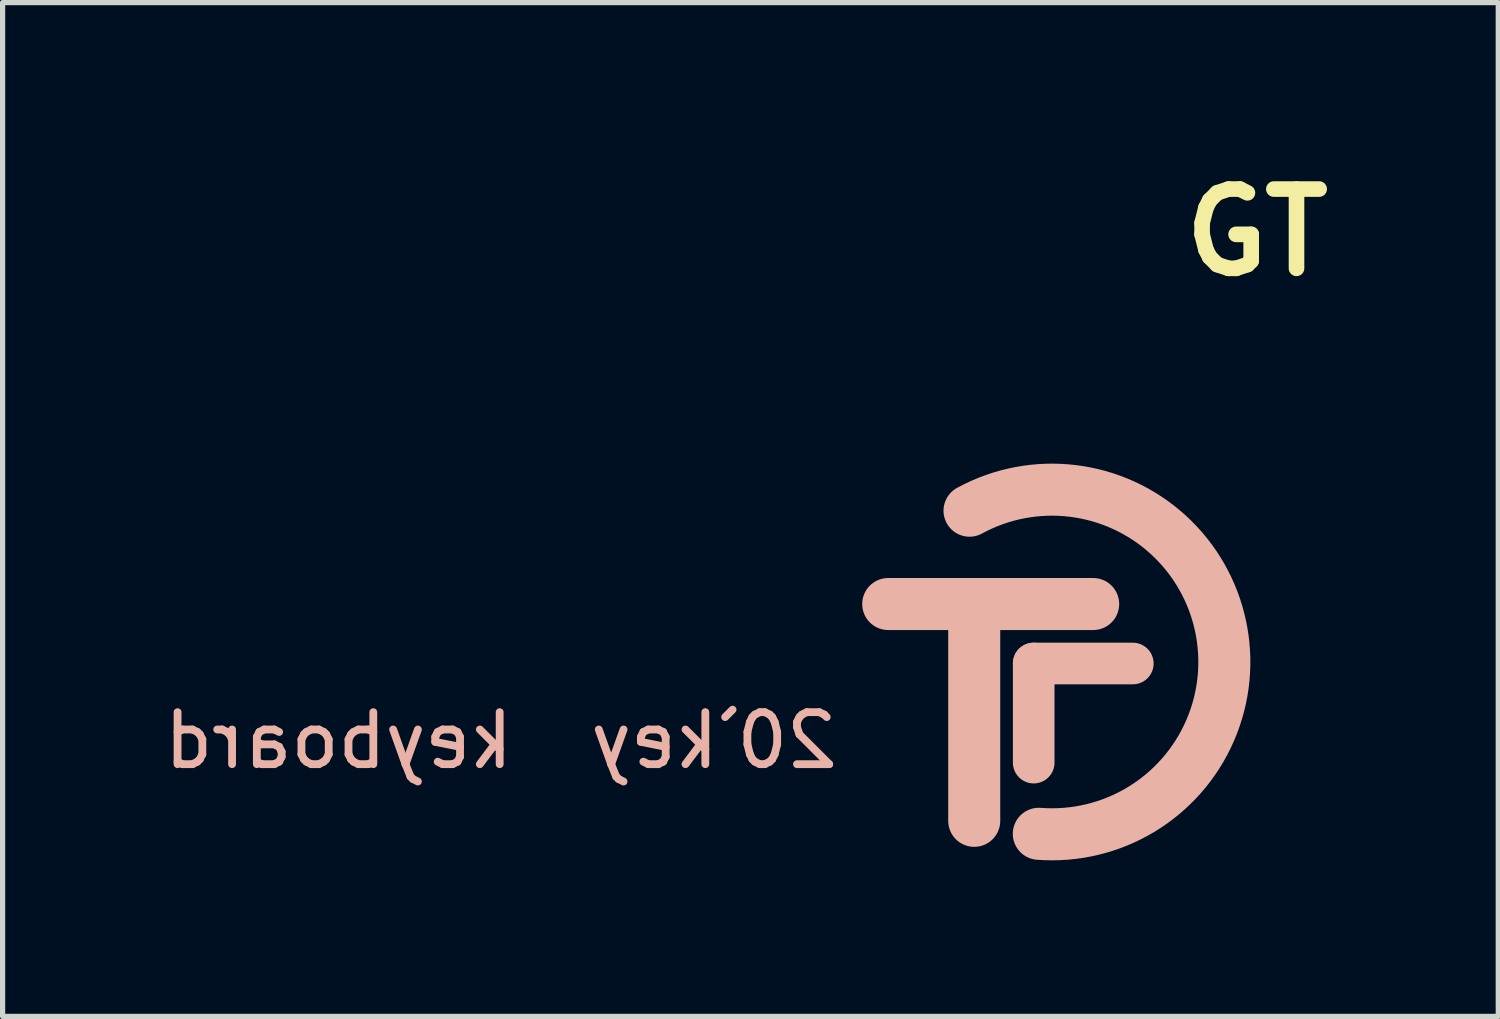
<source format=kicad_pcb>
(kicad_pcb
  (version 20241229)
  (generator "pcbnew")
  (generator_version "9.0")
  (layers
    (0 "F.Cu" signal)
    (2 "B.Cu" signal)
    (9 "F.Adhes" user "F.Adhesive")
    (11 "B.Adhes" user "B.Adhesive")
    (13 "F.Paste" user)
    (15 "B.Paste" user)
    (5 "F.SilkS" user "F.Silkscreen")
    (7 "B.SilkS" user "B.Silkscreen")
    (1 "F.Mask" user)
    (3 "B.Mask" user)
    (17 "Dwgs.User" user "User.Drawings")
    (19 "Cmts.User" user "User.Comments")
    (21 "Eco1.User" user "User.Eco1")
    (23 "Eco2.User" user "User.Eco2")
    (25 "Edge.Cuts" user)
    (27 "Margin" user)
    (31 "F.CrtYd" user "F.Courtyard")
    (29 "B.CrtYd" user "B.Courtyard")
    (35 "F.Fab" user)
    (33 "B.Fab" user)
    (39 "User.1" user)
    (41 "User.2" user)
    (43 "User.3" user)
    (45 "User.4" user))
  (footprint "GT"
    (layer "F.Cu")
    (at 16.788 9.546)
    (property "Reference" "GT" (at 4.318 -8.128 0) (layer "F.SilkS") (effects (font (size 1.524 1.524) (thickness 0.3))))
    (attr smd)
    (fp_line (start -1.114 -0.733) (end -1.114 3.18) (stroke (width 1) (type solid)) (layer "B.SilkS"))
    (fp_line (start 0.029 0.156) (end 0.029 2.061) (stroke (width 0.8) (type solid)) (layer "B.SilkS"))
    (fp_line (start 1.172 -0.987) (end -2.767 -0.987) (stroke (width 1) (type solid)) (layer "B.SilkS"))
    (fp_line (start 1.934 0.156) (end 0.029 0.156) (stroke (width 0.8) (type solid)) (layer "B.SilkS"))
    (fp_arc (start -1.204376 -2.780629) (mid 3.619163 -0.567279) (end 0.127 3.429) (stroke (width 1) (type solid)) (layer "B.SilkS"))
    (fp_text user "20`key  keyboard" (at -10.211 1.636 0) (layer "B.SilkS") (effects (font (size 1 1) (thickness 0.15)) (justify mirror))))
  (gr_rect
    (start -3 -3)
    (end 25.746 16.485)
    (stroke (width 0.1) (type default))
    (fill no)
    (layer "Edge.Cuts")))
</source>
